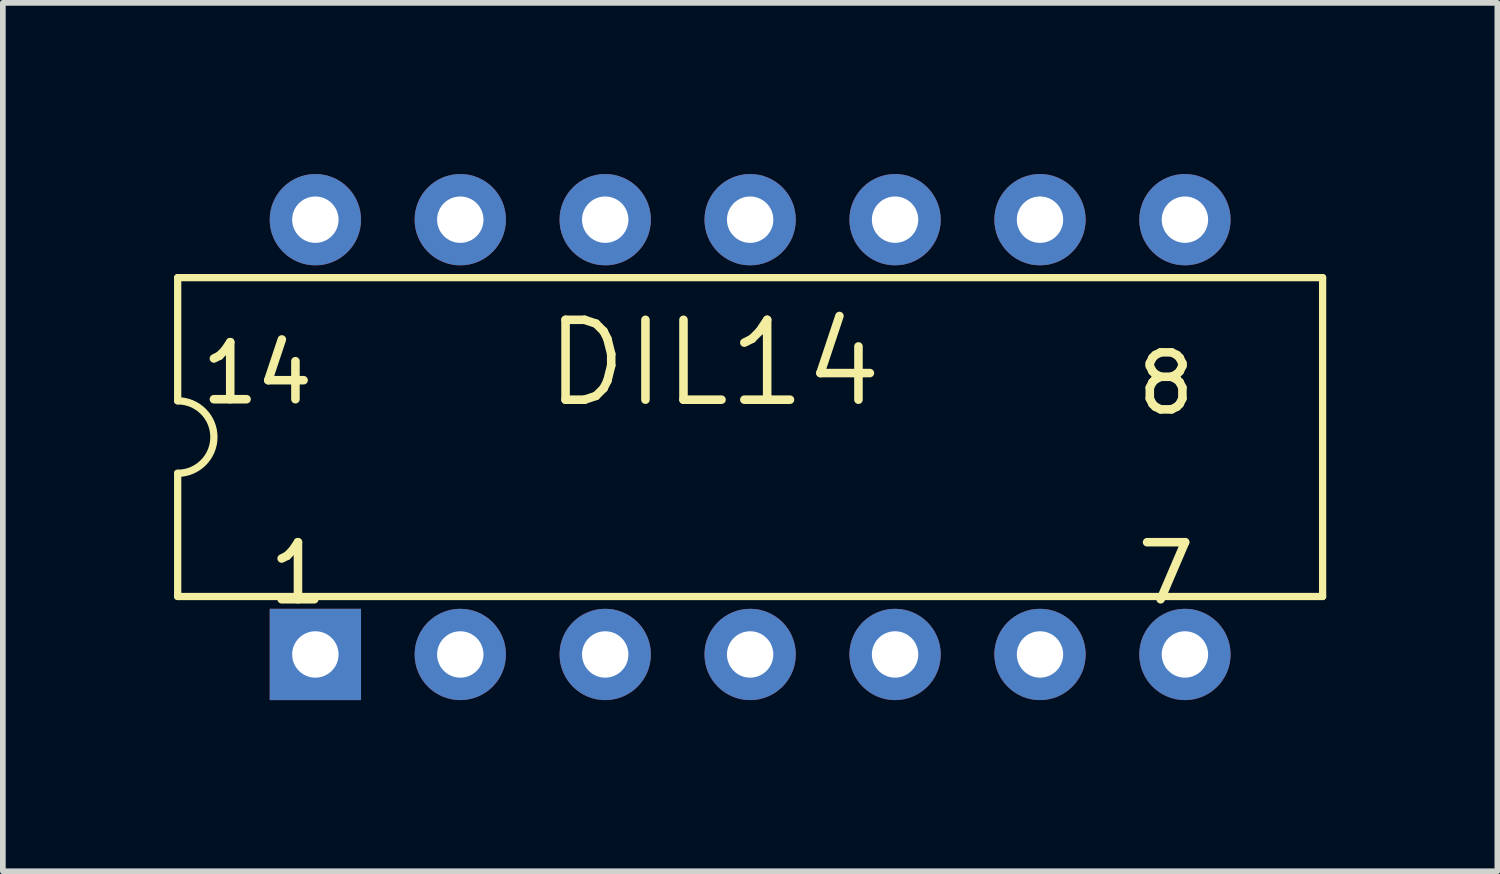
<source format=kicad_pcb>
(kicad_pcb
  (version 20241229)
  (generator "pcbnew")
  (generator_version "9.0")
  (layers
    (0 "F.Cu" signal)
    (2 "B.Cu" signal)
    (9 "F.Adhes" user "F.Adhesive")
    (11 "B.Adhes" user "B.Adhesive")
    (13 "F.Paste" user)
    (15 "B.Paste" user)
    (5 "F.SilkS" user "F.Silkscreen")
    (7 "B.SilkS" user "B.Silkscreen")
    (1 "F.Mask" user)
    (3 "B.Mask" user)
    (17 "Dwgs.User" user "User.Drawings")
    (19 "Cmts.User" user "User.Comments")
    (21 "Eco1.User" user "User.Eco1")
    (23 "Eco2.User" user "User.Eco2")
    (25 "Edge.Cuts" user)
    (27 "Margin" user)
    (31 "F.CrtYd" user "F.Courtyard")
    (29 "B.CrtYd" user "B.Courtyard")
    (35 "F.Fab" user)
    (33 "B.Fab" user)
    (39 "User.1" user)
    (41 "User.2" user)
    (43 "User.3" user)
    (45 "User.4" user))
  (footprint "DIL14"
    (layer "F.Cu")
    (at 10.097 4.61)
    (property "Reference" "DIL14" (at -0.635 -1.295 0) (layer "F.SilkS") (effects (font (size 1.4 1.4) (thickness 0.15))))
    (attr through_hole)
    (fp_line (start -10.033 -2.794) (end -10.033 -0.635) (stroke (width 0.127) (type solid)) (layer "F.SilkS"))
    (fp_line (start -10.033 0.635) (end -10.033 2.794) (stroke (width 0.127) (type solid)) (layer "F.SilkS"))
    (fp_line (start -10.033 2.794) (end 10.033 2.794) (stroke (width 0.127) (type solid)) (layer "F.SilkS"))
    (fp_line (start 10.033 -2.794) (end -10.033 -2.794) (stroke (width 0.127) (type solid)) (layer "F.SilkS"))
    (fp_line (start 10.033 2.794) (end 10.033 -2.794) (stroke (width 0.127) (type solid)) (layer "F.SilkS"))
    (fp_arc (start -10.033 -0.635) (mid -9.398 0) (end -10.033 0.635) (stroke (width 0.127) (type solid)) (layer "F.SilkS"))
    (fp_text user "14" (at -8.636 -1.118 0) (layer "F.SilkS") (effects (font (size 1 1) (thickness 0.15))))
    (fp_text user "1" (at -7.925 2.388 0) (layer "F.SilkS") (effects (font (size 1 1) (thickness 0.15))))
    (fp_text user "8" (at 7.29 -0.94 0) (layer "F.SilkS") (effects (font (size 1 1) (thickness 0.15))))
    (fp_text user "7" (at 7.29 2.388 0) (layer "F.SilkS") (effects (font (size 1 1) (thickness 0.15))))
    (pad "1" thru_hole rect (at -7.62 3.81) (size 1.6 1.6) (drill 0.813) (layers "*.Cu" "*.Mask"))
    (pad "2" thru_hole circle (at -5.08 3.81) (size 1.6 1.6) (drill 0.813) (layers "*.Cu" "*.Mask"))
    (pad "3" thru_hole circle (at -2.54 3.81) (size 1.6 1.6) (drill 0.813) (layers "*.Cu" "*.Mask"))
    (pad "4" thru_hole circle (at 0 3.81) (size 1.6 1.6) (drill 0.813) (layers "*.Cu" "*.Mask"))
    (pad "5" thru_hole circle (at 2.54 3.81) (size 1.6 1.6) (drill 0.813) (layers "*.Cu" "*.Mask"))
    (pad "6" thru_hole circle (at 5.08 3.81) (size 1.6 1.6) (drill 0.813) (layers "*.Cu" "*.Mask"))
    (pad "7" thru_hole circle (at 7.62 3.81) (size 1.6 1.6) (drill 0.813) (layers "*.Cu" "*.Mask"))
    (pad "8" thru_hole circle (at 7.62 -3.81) (size 1.6 1.6) (drill 0.813) (layers "*.Cu" "*.Mask"))
    (pad "9" thru_hole circle (at 5.08 -3.81) (size 1.6 1.6) (drill 0.813) (layers "*.Cu" "*.Mask"))
    (pad "10" thru_hole circle (at 2.54 -3.81) (size 1.6 1.6) (drill 0.813) (layers "*.Cu" "*.Mask"))
    (pad "11" thru_hole circle (at 0 -3.81) (size 1.6 1.6) (drill 0.813) (layers "*.Cu" "*.Mask"))
    (pad "12" thru_hole circle (at -2.54 -3.81) (size 1.6 1.6) (drill 0.813) (layers "*.Cu" "*.Mask"))
    (pad "13" thru_hole circle (at -5.08 -3.81) (size 1.6 1.6) (drill 0.813) (layers "*.Cu" "*.Mask"))
    (pad "14" thru_hole circle (at -7.62 -3.81) (size 1.6 1.6) (drill 0.813) (layers "*.Cu" "*.Mask")))
  (gr_rect
    (start -3 -3)
    (end 23.193 12.22)
    (stroke (width 0.1) (type default))
    (fill no)
    (layer "Edge.Cuts")))
</source>
